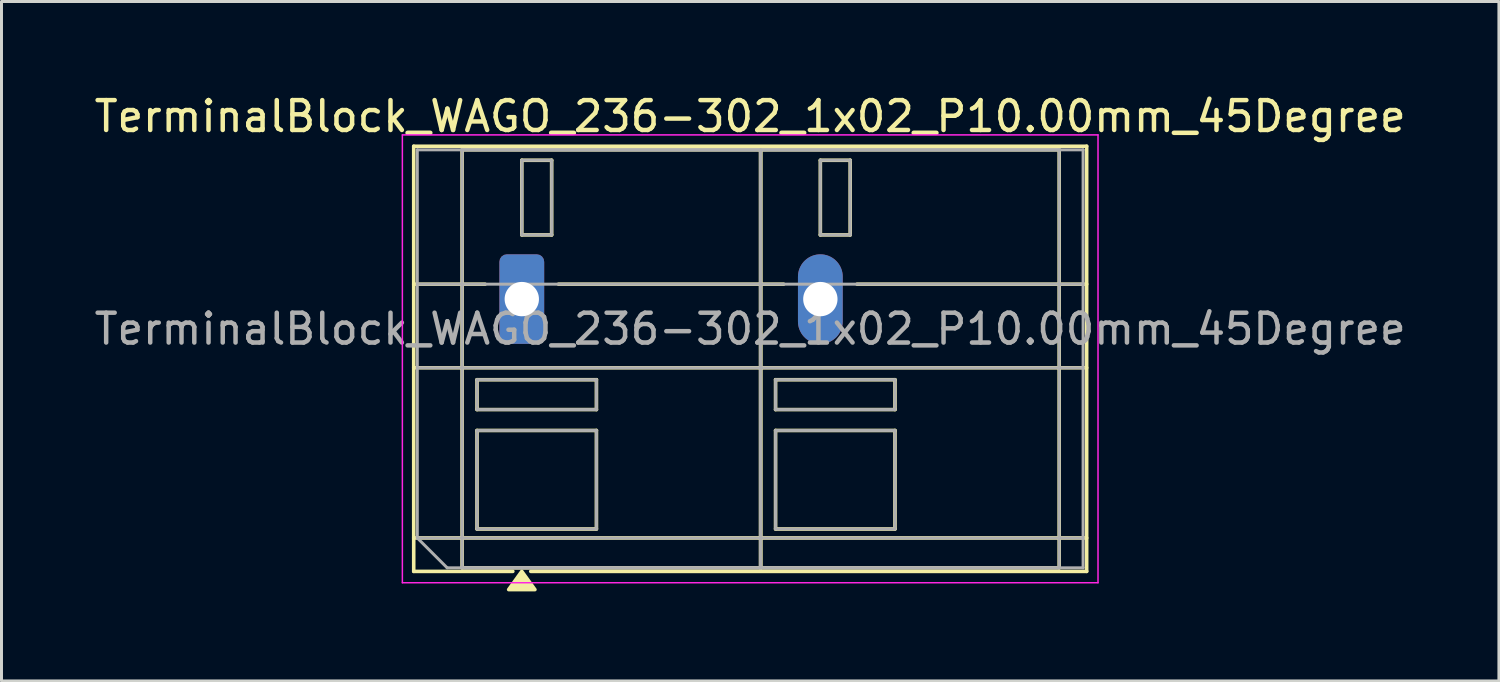
<source format=kicad_pcb>
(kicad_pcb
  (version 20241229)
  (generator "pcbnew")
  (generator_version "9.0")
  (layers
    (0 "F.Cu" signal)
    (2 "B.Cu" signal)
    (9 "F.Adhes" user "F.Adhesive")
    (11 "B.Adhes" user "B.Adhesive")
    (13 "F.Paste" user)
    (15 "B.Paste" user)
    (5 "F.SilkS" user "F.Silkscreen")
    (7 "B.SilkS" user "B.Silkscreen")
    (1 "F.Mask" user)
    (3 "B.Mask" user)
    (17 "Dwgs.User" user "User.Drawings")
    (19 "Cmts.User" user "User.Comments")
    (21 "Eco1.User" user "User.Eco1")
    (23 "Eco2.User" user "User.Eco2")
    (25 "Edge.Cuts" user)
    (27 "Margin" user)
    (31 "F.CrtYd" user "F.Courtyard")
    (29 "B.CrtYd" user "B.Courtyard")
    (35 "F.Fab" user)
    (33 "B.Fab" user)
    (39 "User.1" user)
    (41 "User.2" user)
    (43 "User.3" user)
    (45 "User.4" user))
  (footprint "TerminalBlock_WAGO_236-302_1x02_P10.00mm_45Degree"
    (layer "F.Cu")
    (at 14.427 6.968)
    (property "Reference" "TerminalBlock_WAGO_236-302_1x02_P10.00mm_45Degree" (at 7.65 -6.12 0) (layer "F.SilkS") (effects (font (size 1 1) (thickness 0.15))))
    (attr through_hole)
    (fp_line (start -3.62 -5.12) (end 18.92 -5.12) (stroke (width 0.12) (type solid)) (layer "F.SilkS"))
    (fp_line (start -3.62 -0.5) (end -1.23 -0.5) (stroke (width 0.12) (type solid)) (layer "F.SilkS"))
    (fp_line (start -3.62 2.3) (end 18.92 2.3) (stroke (width 0.12) (type solid)) (layer "F.SilkS"))
    (fp_line (start -3.62 8) (end 18.92 8) (stroke (width 0.12) (type solid)) (layer "F.SilkS"))
    (fp_line (start -3.62 9.12) (end -3.62 -5.12) (stroke (width 0.12) (type solid)) (layer "F.SilkS"))
    (fp_line (start -2 -5) (end 8 -5) (stroke (width 0.12) (type solid)) (layer "F.SilkS"))
    (fp_line (start -2 9) (end -2 -5) (stroke (width 0.12) (type solid)) (layer "F.SilkS"))
    (fp_line (start -1.5 2.7) (end 2.5 2.7) (stroke (width 0.12) (type solid)) (layer "F.SilkS"))
    (fp_line (start -1.5 3.7) (end -1.5 2.7) (stroke (width 0.12) (type solid)) (layer "F.SilkS"))
    (fp_line (start -1.5 4.4) (end 2.5 4.4) (stroke (width 0.12) (type solid)) (layer "F.SilkS"))
    (fp_line (start -1.5 7.7) (end -1.5 4.4) (stroke (width 0.12) (type solid)) (layer "F.SilkS"))
    (fp_line (start -0.3 9.12) (end -3.62 9.12) (stroke (width 0.12) (type solid)) (layer "F.SilkS"))
    (fp_line (start 0 -4.65) (end 1 -4.65) (stroke (width 0.12) (type solid)) (layer "F.SilkS"))
    (fp_line (start 0 -2.15) (end 0 -4.65) (stroke (width 0.12) (type solid)) (layer "F.SilkS"))
    (fp_line (start 1 -4.65) (end 1 -2.15) (stroke (width 0.12) (type solid)) (layer "F.SilkS"))
    (fp_line (start 1 -2.15) (end 0 -2.15) (stroke (width 0.12) (type solid)) (layer "F.SilkS"))
    (fp_line (start 1.23 -0.5) (end 8.77 -0.5) (stroke (width 0.12) (type solid)) (layer "F.SilkS"))
    (fp_line (start 2.5 2.7) (end 2.5 3.7) (stroke (width 0.12) (type solid)) (layer "F.SilkS"))
    (fp_line (start 2.5 3.7) (end -1.5 3.7) (stroke (width 0.12) (type solid)) (layer "F.SilkS"))
    (fp_line (start 2.5 4.4) (end 2.5 7.7) (stroke (width 0.12) (type solid)) (layer "F.SilkS"))
    (fp_line (start 2.5 7.7) (end -1.5 7.7) (stroke (width 0.12) (type solid)) (layer "F.SilkS"))
    (fp_line (start 8 -5) (end 8 9) (stroke (width 0.12) (type solid)) (layer "F.SilkS"))
    (fp_line (start 8 -5) (end 18 -5) (stroke (width 0.12) (type solid)) (layer "F.SilkS"))
    (fp_line (start 8 9) (end -2 9) (stroke (width 0.12) (type solid)) (layer "F.SilkS"))
    (fp_line (start 8 9) (end 8 -5) (stroke (width 0.12) (type solid)) (layer "F.SilkS"))
    (fp_line (start 8.5 2.7) (end 12.5 2.7) (stroke (width 0.12) (type solid)) (layer "F.SilkS"))
    (fp_line (start 8.5 3.7) (end 8.5 2.7) (stroke (width 0.12) (type solid)) (layer "F.SilkS"))
    (fp_line (start 8.5 4.4) (end 12.5 4.4) (stroke (width 0.12) (type solid)) (layer "F.SilkS"))
    (fp_line (start 8.5 7.7) (end 8.5 4.4) (stroke (width 0.12) (type solid)) (layer "F.SilkS"))
    (fp_line (start 10 -4.65) (end 11 -4.65) (stroke (width 0.12) (type solid)) (layer "F.SilkS"))
    (fp_line (start 10 -2.15) (end 10 -4.65) (stroke (width 0.12) (type solid)) (layer "F.SilkS"))
    (fp_line (start 11 -4.65) (end 11 -2.15) (stroke (width 0.12) (type solid)) (layer "F.SilkS"))
    (fp_line (start 11 -2.15) (end 10 -2.15) (stroke (width 0.12) (type solid)) (layer "F.SilkS"))
    (fp_line (start 11.23 -0.5) (end 18.92 -0.5) (stroke (width 0.12) (type solid)) (layer "F.SilkS"))
    (fp_line (start 12.5 2.7) (end 12.5 3.7) (stroke (width 0.12) (type solid)) (layer "F.SilkS"))
    (fp_line (start 12.5 3.7) (end 8.5 3.7) (stroke (width 0.12) (type solid)) (layer "F.SilkS"))
    (fp_line (start 12.5 4.4) (end 12.5 7.7) (stroke (width 0.12) (type solid)) (layer "F.SilkS"))
    (fp_line (start 12.5 7.7) (end 8.5 7.7) (stroke (width 0.12) (type solid)) (layer "F.SilkS"))
    (fp_line (start 18 -5) (end 18 9) (stroke (width 0.12) (type solid)) (layer "F.SilkS"))
    (fp_line (start 18 9) (end 8 9) (stroke (width 0.12) (type solid)) (layer "F.SilkS"))
    (fp_line (start 18.92 -5.12) (end 18.92 9.12) (stroke (width 0.12) (type solid)) (layer "F.SilkS"))
    (fp_line (start 18.92 9.12) (end 0.3 9.12) (stroke (width 0.12) (type solid)) (layer "F.SilkS"))
    (fp_poly (pts (xy 0 9.12) (xy 0.44 9.73) (xy -0.44 9.73)) (stroke (width 0.12) (type solid)) (fill yes) (layer "F.SilkS"))
    (fp_line (start -4 -5.5) (end -4 9.5) (stroke (width 0.05) (type solid)) (layer "F.CrtYd"))
    (fp_line (start -4 9.5) (end 19.3 9.5) (stroke (width 0.05) (type solid)) (layer "F.CrtYd"))
    (fp_line (start 19.3 -5.5) (end -4 -5.5) (stroke (width 0.05) (type solid)) (layer "F.CrtYd"))
    (fp_line (start 19.3 9.5) (end 19.3 -5.5) (stroke (width 0.05) (type solid)) (layer "F.CrtYd"))
    (fp_line (start -3.5 -5) (end 18.8 -5) (stroke (width 0.1) (type solid)) (layer "F.Fab"))
    (fp_line (start -3.5 -0.5) (end 18.8 -0.5) (stroke (width 0.1) (type solid)) (layer "F.Fab"))
    (fp_line (start -3.5 2.3) (end 18.8 2.3) (stroke (width 0.1) (type solid)) (layer "F.Fab"))
    (fp_line (start -3.5 8) (end -3.5 -5) (stroke (width 0.1) (type solid)) (layer "F.Fab"))
    (fp_line (start -3.5 8) (end 18.8 8) (stroke (width 0.1) (type solid)) (layer "F.Fab"))
    (fp_line (start -2.5 9) (end -3.5 8) (stroke (width 0.1) (type solid)) (layer "F.Fab"))
    (fp_line (start -2 -5) (end -2 9) (stroke (width 0.1) (type solid)) (layer "F.Fab"))
    (fp_line (start -2 9) (end 8 9) (stroke (width 0.1) (type solid)) (layer "F.Fab"))
    (fp_line (start -1.5 2.7) (end -1.5 3.7) (stroke (width 0.1) (type solid)) (layer "F.Fab"))
    (fp_line (start -1.5 3.7) (end 2.5 3.7) (stroke (width 0.1) (type solid)) (layer "F.Fab"))
    (fp_line (start -1.5 4.4) (end -1.5 7.7) (stroke (width 0.1) (type solid)) (layer "F.Fab"))
    (fp_line (start -1.5 7.7) (end 2.5 7.7) (stroke (width 0.1) (type solid)) (layer "F.Fab"))
    (fp_line (start 0 -4.65) (end 0 -2.15) (stroke (width 0.1) (type solid)) (layer "F.Fab"))
    (fp_line (start 0 -2.15) (end 1 -2.15) (stroke (width 0.1) (type solid)) (layer "F.Fab"))
    (fp_line (start 1 -4.65) (end 0 -4.65) (stroke (width 0.1) (type solid)) (layer "F.Fab"))
    (fp_line (start 1 -2.15) (end 1 -4.65) (stroke (width 0.1) (type solid)) (layer "F.Fab"))
    (fp_line (start 2.5 2.7) (end -1.5 2.7) (stroke (width 0.1) (type solid)) (layer "F.Fab"))
    (fp_line (start 2.5 3.7) (end 2.5 2.7) (stroke (width 0.1) (type solid)) (layer "F.Fab"))
    (fp_line (start 2.5 4.4) (end -1.5 4.4) (stroke (width 0.1) (type solid)) (layer "F.Fab"))
    (fp_line (start 2.5 7.7) (end 2.5 4.4) (stroke (width 0.1) (type solid)) (layer "F.Fab"))
    (fp_line (start 8 -5) (end -2 -5) (stroke (width 0.1) (type solid)) (layer "F.Fab"))
    (fp_line (start 8 -5) (end 8 9) (stroke (width 0.1) (type solid)) (layer "F.Fab"))
    (fp_line (start 8 9) (end 8 -5) (stroke (width 0.1) (type solid)) (layer "F.Fab"))
    (fp_line (start 8 9) (end 18 9) (stroke (width 0.1) (type solid)) (layer "F.Fab"))
    (fp_line (start 8.5 2.7) (end 8.5 3.7) (stroke (width 0.1) (type solid)) (layer "F.Fab"))
    (fp_line (start 8.5 3.7) (end 12.5 3.7) (stroke (width 0.1) (type solid)) (layer "F.Fab"))
    (fp_line (start 8.5 4.4) (end 8.5 7.7) (stroke (width 0.1) (type solid)) (layer "F.Fab"))
    (fp_line (start 8.5 7.7) (end 12.5 7.7) (stroke (width 0.1) (type solid)) (layer "F.Fab"))
    (fp_line (start 10 -4.65) (end 10 -2.15) (stroke (width 0.1) (type solid)) (layer "F.Fab"))
    (fp_line (start 10 -2.15) (end 11 -2.15) (stroke (width 0.1) (type solid)) (layer "F.Fab"))
    (fp_line (start 11 -4.65) (end 10 -4.65) (stroke (width 0.1) (type solid)) (layer "F.Fab"))
    (fp_line (start 11 -2.15) (end 11 -4.65) (stroke (width 0.1) (type solid)) (layer "F.Fab"))
    (fp_line (start 12.5 2.7) (end 8.5 2.7) (stroke (width 0.1) (type solid)) (layer "F.Fab"))
    (fp_line (start 12.5 3.7) (end 12.5 2.7) (stroke (width 0.1) (type solid)) (layer "F.Fab"))
    (fp_line (start 12.5 4.4) (end 8.5 4.4) (stroke (width 0.1) (type solid)) (layer "F.Fab"))
    (fp_line (start 12.5 7.7) (end 12.5 4.4) (stroke (width 0.1) (type solid)) (layer "F.Fab"))
    (fp_line (start 18 -5) (end 8 -5) (stroke (width 0.1) (type solid)) (layer "F.Fab"))
    (fp_line (start 18 9) (end 18 -5) (stroke (width 0.1) (type solid)) (layer "F.Fab"))
    (fp_line (start 18.8 -5) (end 18.8 9) (stroke (width 0.1) (type solid)) (layer "F.Fab"))
    (fp_line (start 18.8 9) (end -2.5 9) (stroke (width 0.1) (type solid)) (layer "F.Fab"))
    (fp_text user "${REFERENCE}" (at 7.65 1 0) (layer "F.Fab") (effects (font (size 1 1) (thickness 0.15))))
    (pad "1" thru_hole roundrect (at 0 0) (size 1.5 3) (drill 1.15) (layers "*.Cu" "*.Mask") (roundrect_rratio 0.167))
    (pad "2" thru_hole oval (at 10 0) (size 1.5 3) (drill 1.15) (layers "*.Cu" "*.Mask")))
  (gr_rect
    (start -3 -3)
    (end 47.155 19.758)
    (stroke (width 0.1) (type default))
    (fill no)
    (layer "Edge.Cuts")))
</source>
